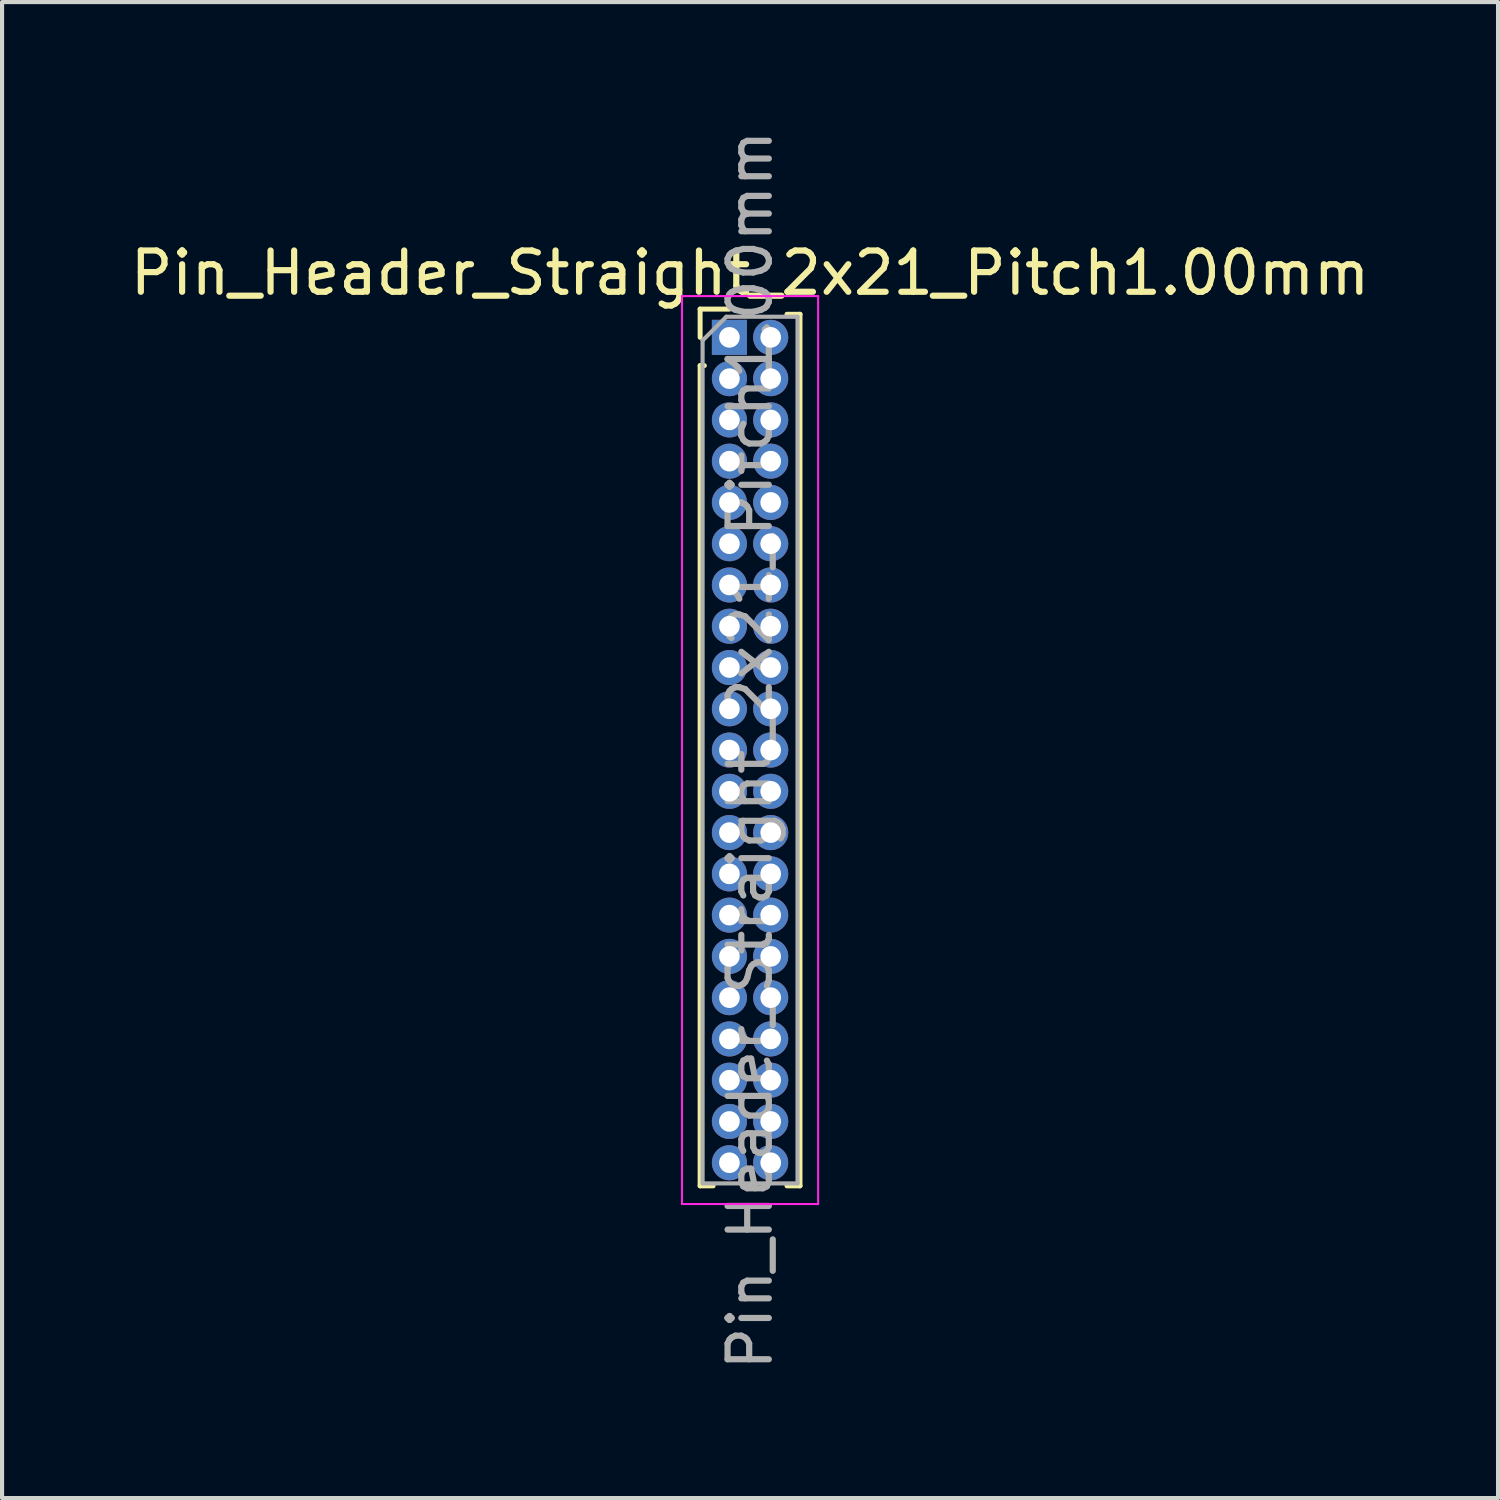
<source format=kicad_pcb>
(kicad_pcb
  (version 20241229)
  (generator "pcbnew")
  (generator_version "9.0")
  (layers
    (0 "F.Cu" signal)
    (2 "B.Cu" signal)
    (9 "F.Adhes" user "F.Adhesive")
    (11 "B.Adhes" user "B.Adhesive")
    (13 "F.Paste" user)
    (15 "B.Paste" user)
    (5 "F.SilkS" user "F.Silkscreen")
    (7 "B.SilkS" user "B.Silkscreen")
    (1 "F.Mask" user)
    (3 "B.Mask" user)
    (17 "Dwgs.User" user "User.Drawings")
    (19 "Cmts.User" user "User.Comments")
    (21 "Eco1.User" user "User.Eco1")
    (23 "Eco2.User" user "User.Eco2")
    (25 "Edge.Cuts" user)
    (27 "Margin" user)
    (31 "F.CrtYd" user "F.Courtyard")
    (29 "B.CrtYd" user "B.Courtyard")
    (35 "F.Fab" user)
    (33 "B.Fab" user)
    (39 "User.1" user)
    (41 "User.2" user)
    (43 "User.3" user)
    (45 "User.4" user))
  (footprint "Pin_Header_Straight_2x21_Pitch1.00mm"
    (layer "F.Cu")
    (at 14.625 5.125)
    (property "Reference" "Pin_Header_Straight_2x21_Pitch1.00mm" (at 0.5 -1.56 0) (layer "F.SilkS") (effects (font (size 1 1) (thickness 0.15))))
    (attr through_hole)
    (fp_line (start -0.71 -0.685) (end 0 -0.685) (stroke (width 0.12) (type solid)) (layer "F.SilkS"))
    (fp_line (start -0.71 0) (end -0.71 -0.685) (stroke (width 0.12) (type solid)) (layer "F.SilkS"))
    (fp_line (start -0.71 0.685) (end -0.71 20.56) (stroke (width 0.12) (type solid)) (layer "F.SilkS"))
    (fp_line (start -0.71 0.685) (end -0.608 0.685) (stroke (width 0.12) (type solid)) (layer "F.SilkS"))
    (fp_line (start -0.71 20.56) (end -0.394 20.56) (stroke (width 0.12) (type solid)) (layer "F.SilkS"))
    (fp_line (start 0.394 20.56) (end 0.606 20.56) (stroke (width 0.12) (type solid)) (layer "F.SilkS"))
    (fp_line (start 1.394 -0.56) (end 1.71 -0.56) (stroke (width 0.12) (type solid)) (layer "F.SilkS"))
    (fp_line (start 1.394 20.56) (end 1.71 20.56) (stroke (width 0.12) (type solid)) (layer "F.SilkS"))
    (fp_line (start 1.71 -0.56) (end 1.71 20.56) (stroke (width 0.12) (type solid)) (layer "F.SilkS"))
    (fp_line (start -1.15 -1) (end -1.15 21) (stroke (width 0.05) (type solid)) (layer "F.CrtYd"))
    (fp_line (start -1.15 21) (end 2.15 21) (stroke (width 0.05) (type solid)) (layer "F.CrtYd"))
    (fp_line (start 2.15 -1) (end -1.15 -1) (stroke (width 0.05) (type solid)) (layer "F.CrtYd"))
    (fp_line (start 2.15 21) (end 2.15 -1) (stroke (width 0.05) (type solid)) (layer "F.CrtYd"))
    (fp_line (start -0.65 0.075) (end -0.075 -0.5) (stroke (width 0.1) (type solid)) (layer "F.Fab"))
    (fp_line (start -0.65 20.5) (end -0.65 0.075) (stroke (width 0.1) (type solid)) (layer "F.Fab"))
    (fp_line (start -0.075 -0.5) (end 1.65 -0.5) (stroke (width 0.1) (type solid)) (layer "F.Fab"))
    (fp_line (start 1.65 -0.5) (end 1.65 20.5) (stroke (width 0.1) (type solid)) (layer "F.Fab"))
    (fp_line (start 1.65 20.5) (end -0.65 20.5) (stroke (width 0.1) (type solid)) (layer "F.Fab"))
    (fp_text user "${REFERENCE}" (at 0.5 10 90) (layer "F.Fab") (effects (font (size 1 1) (thickness 0.15))))
    (pad "1" thru_hole rect (at 0 0) (size 0.85 0.85) (drill 0.5) (layers "*.Cu" "*.Mask"))
    (pad "2" thru_hole oval (at 1 0) (size 0.85 0.85) (drill 0.5) (layers "*.Cu" "*.Mask"))
    (pad "3" thru_hole oval (at 0 1) (size 0.85 0.85) (drill 0.5) (layers "*.Cu" "*.Mask"))
    (pad "4" thru_hole oval (at 1 1) (size 0.85 0.85) (drill 0.5) (layers "*.Cu" "*.Mask"))
    (pad "5" thru_hole oval (at 0 2) (size 0.85 0.85) (drill 0.5) (layers "*.Cu" "*.Mask"))
    (pad "6" thru_hole oval (at 1 2) (size 0.85 0.85) (drill 0.5) (layers "*.Cu" "*.Mask"))
    (pad "7" thru_hole oval (at 0 3) (size 0.85 0.85) (drill 0.5) (layers "*.Cu" "*.Mask"))
    (pad "8" thru_hole oval (at 1 3) (size 0.85 0.85) (drill 0.5) (layers "*.Cu" "*.Mask"))
    (pad "9" thru_hole oval (at 0 4) (size 0.85 0.85) (drill 0.5) (layers "*.Cu" "*.Mask"))
    (pad "10" thru_hole oval (at 1 4) (size 0.85 0.85) (drill 0.5) (layers "*.Cu" "*.Mask"))
    (pad "11" thru_hole oval (at 0 5) (size 0.85 0.85) (drill 0.5) (layers "*.Cu" "*.Mask"))
    (pad "12" thru_hole oval (at 1 5) (size 0.85 0.85) (drill 0.5) (layers "*.Cu" "*.Mask"))
    (pad "13" thru_hole oval (at 0 6) (size 0.85 0.85) (drill 0.5) (layers "*.Cu" "*.Mask"))
    (pad "14" thru_hole oval (at 1 6) (size 0.85 0.85) (drill 0.5) (layers "*.Cu" "*.Mask"))
    (pad "15" thru_hole oval (at 0 7) (size 0.85 0.85) (drill 0.5) (layers "*.Cu" "*.Mask"))
    (pad "16" thru_hole oval (at 1 7) (size 0.85 0.85) (drill 0.5) (layers "*.Cu" "*.Mask"))
    (pad "17" thru_hole oval (at 0 8) (size 0.85 0.85) (drill 0.5) (layers "*.Cu" "*.Mask"))
    (pad "18" thru_hole oval (at 1 8) (size 0.85 0.85) (drill 0.5) (layers "*.Cu" "*.Mask"))
    (pad "19" thru_hole oval (at 0 9) (size 0.85 0.85) (drill 0.5) (layers "*.Cu" "*.Mask"))
    (pad "20" thru_hole oval (at 1 9) (size 0.85 0.85) (drill 0.5) (layers "*.Cu" "*.Mask"))
    (pad "21" thru_hole oval (at 0 10) (size 0.85 0.85) (drill 0.5) (layers "*.Cu" "*.Mask"))
    (pad "22" thru_hole oval (at 1 10) (size 0.85 0.85) (drill 0.5) (layers "*.Cu" "*.Mask"))
    (pad "23" thru_hole oval (at 0 11) (size 0.85 0.85) (drill 0.5) (layers "*.Cu" "*.Mask"))
    (pad "24" thru_hole oval (at 1 11) (size 0.85 0.85) (drill 0.5) (layers "*.Cu" "*.Mask"))
    (pad "25" thru_hole oval (at 0 12) (size 0.85 0.85) (drill 0.5) (layers "*.Cu" "*.Mask"))
    (pad "26" thru_hole oval (at 1 12) (size 0.85 0.85) (drill 0.5) (layers "*.Cu" "*.Mask"))
    (pad "27" thru_hole oval (at 0 13) (size 0.85 0.85) (drill 0.5) (layers "*.Cu" "*.Mask"))
    (pad "28" thru_hole oval (at 1 13) (size 0.85 0.85) (drill 0.5) (layers "*.Cu" "*.Mask"))
    (pad "29" thru_hole oval (at 0 14) (size 0.85 0.85) (drill 0.5) (layers "*.Cu" "*.Mask"))
    (pad "30" thru_hole oval (at 1 14) (size 0.85 0.85) (drill 0.5) (layers "*.Cu" "*.Mask"))
    (pad "31" thru_hole oval (at 0 15) (size 0.85 0.85) (drill 0.5) (layers "*.Cu" "*.Mask"))
    (pad "32" thru_hole oval (at 1 15) (size 0.85 0.85) (drill 0.5) (layers "*.Cu" "*.Mask"))
    (pad "33" thru_hole oval (at 0 16) (size 0.85 0.85) (drill 0.5) (layers "*.Cu" "*.Mask"))
    (pad "34" thru_hole oval (at 1 16) (size 0.85 0.85) (drill 0.5) (layers "*.Cu" "*.Mask"))
    (pad "35" thru_hole oval (at 0 17) (size 0.85 0.85) (drill 0.5) (layers "*.Cu" "*.Mask"))
    (pad "36" thru_hole oval (at 1 17) (size 0.85 0.85) (drill 0.5) (layers "*.Cu" "*.Mask"))
    (pad "37" thru_hole oval (at 0 18) (size 0.85 0.85) (drill 0.5) (layers "*.Cu" "*.Mask"))
    (pad "38" thru_hole oval (at 1 18) (size 0.85 0.85) (drill 0.5) (layers "*.Cu" "*.Mask"))
    (pad "39" thru_hole oval (at 0 19) (size 0.85 0.85) (drill 0.5) (layers "*.Cu" "*.Mask"))
    (pad "40" thru_hole oval (at 1 19) (size 0.85 0.85) (drill 0.5) (layers "*.Cu" "*.Mask"))
    (pad "41" thru_hole oval (at 0 20) (size 0.85 0.85) (drill 0.5) (layers "*.Cu" "*.Mask"))
    (pad "42" thru_hole oval (at 1 20) (size 0.85 0.85) (drill 0.5) (layers "*.Cu" "*.Mask")))
  (gr_rect
    (start -3 -3)
    (end 33.25 33.25)
    (stroke (width 0.1) (type default))
    (fill no)
    (layer "Edge.Cuts")))
</source>
